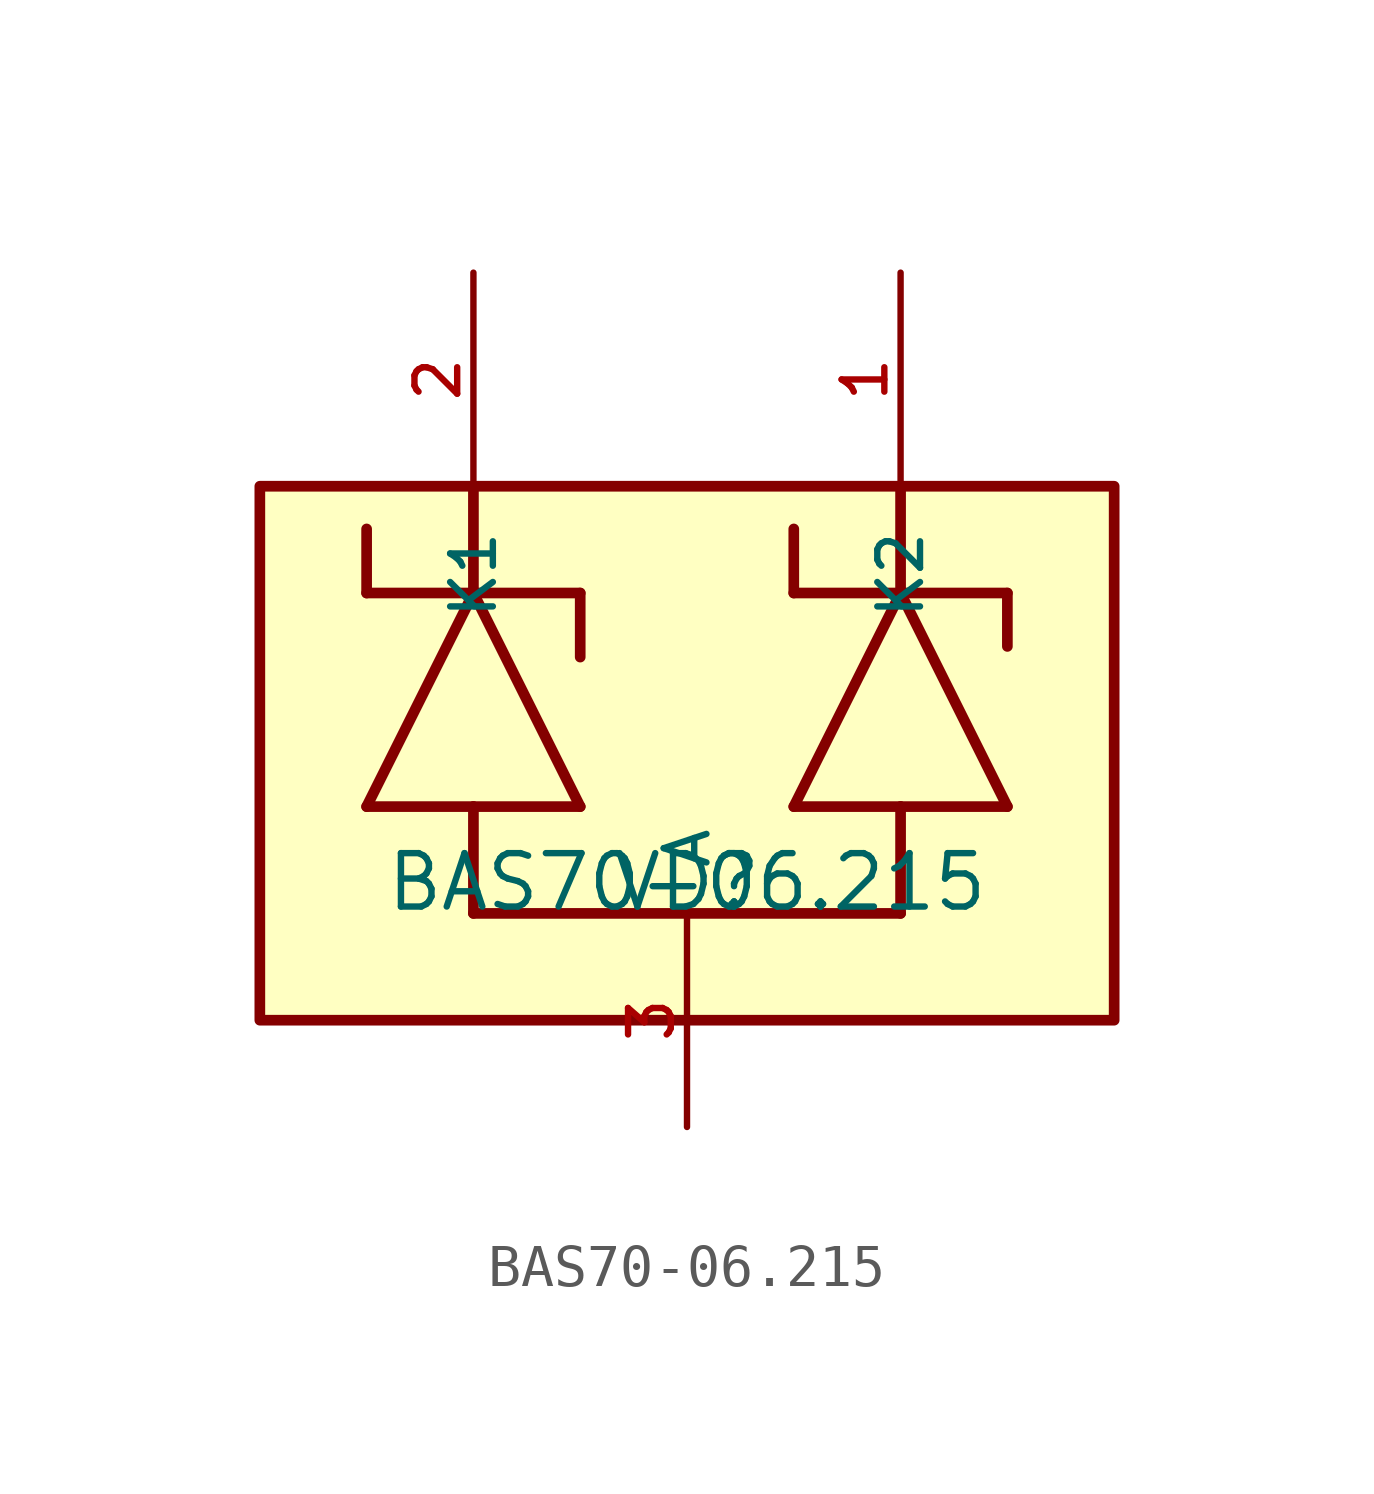
<source format=kicad_sym>
(kicad_symbol_lib
  (version 20211014)
  (generator kicad_symbol_editor)
  (symbol "BAS70-06.215"
    (pin_names
      (offset 1.016))
    (property "Reference" "VD"
      (at 0 0 0)
      (effects (font (size 1.27 1.27)) (justify bottom)))
    (property "Value" "BAS70-06.215"
      (at 0 0.0 0)
      (effects (font (size 1.27 1.27)) (justify bottom)))
    (symbol "BAS70-06.215_0_0"
      (polyline (pts (xy -7.62 2.54) (xy -5.08 2.54)) (stroke (width 0.254)))
      (polyline (pts (xy -5.08 2.54) (xy -2.54 2.54)) (stroke (width 0.254)))
      (polyline (pts (xy -2.54 2.54) (xy -5.08 7.62)) (stroke (width 0.254)))
      (polyline (pts (xy -5.08 7.62) (xy -7.62 2.54)) (stroke (width 0.254)))
      (polyline (pts (xy 2.54 2.54) (xy 5.08 2.54)) (stroke (width 0.254)))
      (polyline (pts (xy 5.08 2.54) (xy 7.62 2.54)) (stroke (width 0.254)))
      (polyline (pts (xy 7.62 2.54) (xy 5.08 7.62)) (stroke (width 0.254)))
      (polyline (pts (xy 5.08 7.62) (xy 2.54 2.54)) (stroke (width 0.254)))
      (polyline (pts (xy -7.62 7.62) (xy -5.08 7.62)) (stroke (width 0.254)))
      (polyline (pts (xy -5.08 7.62) (xy -2.54 7.62)) (stroke (width 0.254)))
      (polyline (pts (xy 5.08 7.62) (xy 2.54 7.62)) (stroke (width 0.254)))
      (polyline (pts (xy 5.08 7.62) (xy 7.62 7.62)) (stroke (width 0.254)))
      (polyline (pts (xy -5.08 2.54) (xy -5.08 0.0)) (stroke (width 0.254)))
      (polyline (pts (xy -5.08 0.0) (xy 5.08 0.0)) (stroke (width 0.254)))
      (polyline (pts (xy 5.08 0.0) (xy 5.08 2.54)) (stroke (width 0.254)))
      (polyline (pts (xy -5.08 7.62) (xy -5.08 10.16)) (stroke (width 0.254)))
      (polyline (pts (xy 5.08 7.62) (xy 5.08 10.16)) (stroke (width 0.254)))
      (polyline (pts (xy -7.62 7.62) (xy -7.62 9.144)) (stroke (width 0.254)))
      (polyline (pts (xy -2.54 7.62) (xy -2.54 6.096)) (stroke (width 0.254)))
      (polyline (pts (xy 2.54 7.62) (xy 2.54 9.144)) (stroke (width 0.254)))
      (polyline (pts (xy 7.62 7.62) (xy 7.62 6.35)) (stroke (width 0.254)))
      (rectangle (start -10.16 -2.54) (end 10.16 10.16) (stroke (width 0.254)) (fill (type background)))
      (pin bidirectional line (at 0.0 -5.08 90.0) (length 5.08) (name "A" (effects (font (size 1.016 1.016)))) (number "3" (effects (font (size 1.016 1.016)))))
      (pin bidirectional line (at -5.08 15.24 270.0) (length 5.08) (name "K1" (effects (font (size 1.016 1.016)))) (number "2" (effects (font (size 1.016 1.016)))))
      (pin bidirectional line (at 5.08 15.24 270.0) (length 5.08) (name "K2" (effects (font (size 1.016 1.016)))) (number "1" (effects (font (size 1.016 1.016))))))))
</source>
